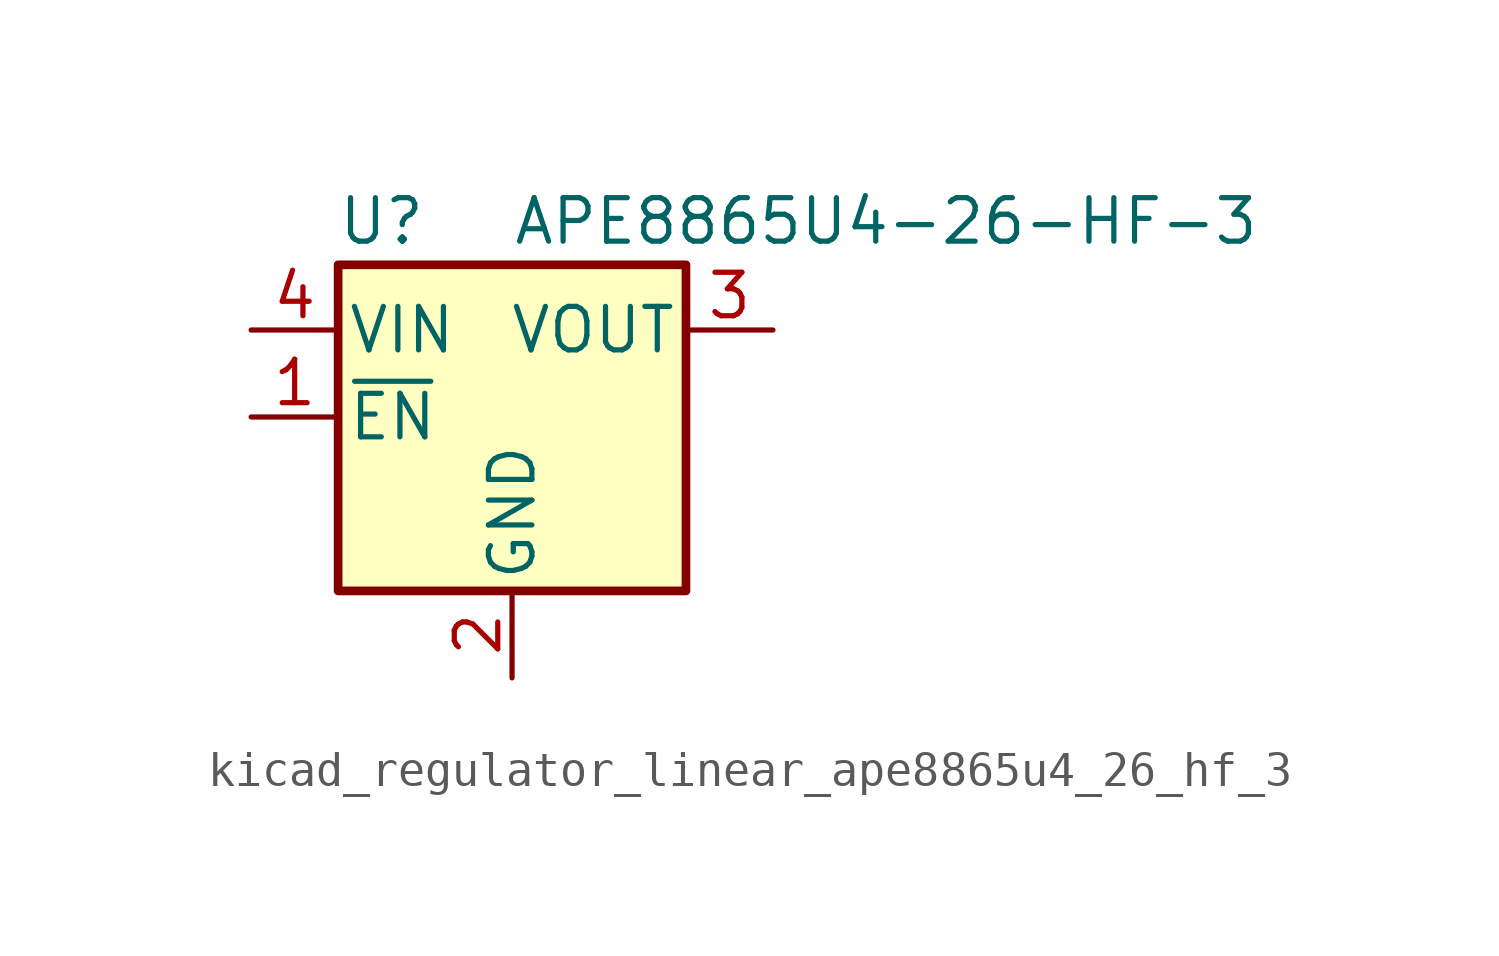
<source format=kicad_sym>
(kicad_symbol_lib
  (version 20220914)
  (generator kicad_symbol_editor)
  (symbol "kicad_regulator_linear_ape8865u4_26_hf_3"
    (pin_names
      (offset 0.254))
    (property "Reference" "U"
      (at -3.81 5.715 0)
      (effects (font (size 1.27 1.27))))
    (property "Value" "APE8865U4-26-HF-3"
      (at 0 5.715 0)
      (effects (font (size 1.27 1.27)) (justify left)))
    (symbol "kicad_regulator_linear_ape8865u4_26_hf_3_0_1"
      (rectangle (start -5.08 4.445) (end 5.08 -5.08) (stroke (width 0.254) (type default)) (fill (type background))))
    (symbol "kicad_regulator_linear_ape8865u4_26_hf_3_1_1"
      (pin input line (at -7.62 0 0) (length 2.54) (name "~{EN}" (effects (font (size 1.27 1.27)))) (number "1" (effects (font (size 1.27 1.27)))))
      (pin power_in line (at 0 -7.62 90) (length 2.54) (name "GND" (effects (font (size 1.27 1.27)))) (number "2" (effects (font (size 1.27 1.27)))))
      (pin power_out line (at 7.62 2.54 180) (length 2.54) (name "VOUT" (effects (font (size 1.27 1.27)))) (number "3" (effects (font (size 1.27 1.27)))))
      (pin power_in line (at -7.62 2.54 0) (length 2.54) (name "VIN" (effects (font (size 1.27 1.27)))) (number "4" (effects (font (size 1.27 1.27))))))))
</source>
